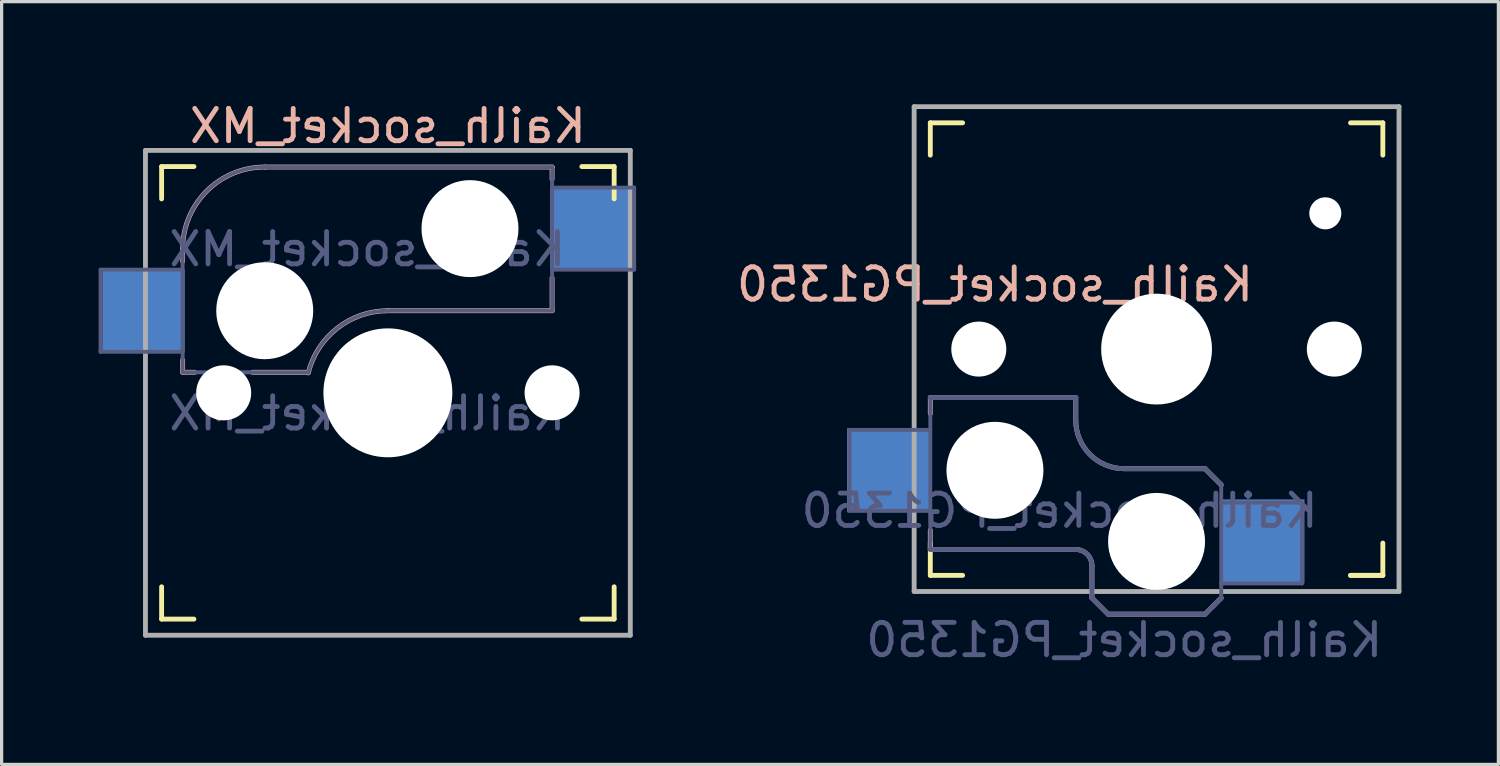
<source format=kicad_pcb>
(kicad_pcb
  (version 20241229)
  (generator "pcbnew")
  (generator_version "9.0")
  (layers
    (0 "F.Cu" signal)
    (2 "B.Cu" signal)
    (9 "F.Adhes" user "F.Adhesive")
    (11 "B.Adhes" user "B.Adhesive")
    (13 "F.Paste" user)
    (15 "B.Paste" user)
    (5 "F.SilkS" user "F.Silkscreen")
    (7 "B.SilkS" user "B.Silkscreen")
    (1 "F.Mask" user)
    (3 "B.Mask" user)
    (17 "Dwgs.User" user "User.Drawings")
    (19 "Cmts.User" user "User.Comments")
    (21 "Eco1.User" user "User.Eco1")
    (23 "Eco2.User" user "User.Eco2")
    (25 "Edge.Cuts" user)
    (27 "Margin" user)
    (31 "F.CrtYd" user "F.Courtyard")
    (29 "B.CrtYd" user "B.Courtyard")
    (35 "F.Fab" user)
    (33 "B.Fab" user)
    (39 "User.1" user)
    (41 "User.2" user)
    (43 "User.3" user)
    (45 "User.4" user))
  (footprint "Kailh_socket_MX"
    (layer "F.Cu")
    (at 1.45 1.603)
    (property "Reference" "Kailh_socket_MX" (at 7.5 -0.755 0) (layer "B.SilkS") (effects (font (size 1 1) (thickness 0.15)) (justify mirror)))
    (property "Value" "Kailh_socket_MX" (at 7.5 15.755 0) (layer "F.Fab") (hide yes) (effects (font (size 1 1) (thickness 0.15))))
    (attr smd)
    (fp_line (start 0.5 1.5) (end 0.5 0.5) (stroke (width 0.15) (type solid)) (layer "F.SilkS"))
    (fp_line (start 0.5 14.5) (end 0.5 13.5) (stroke (width 0.15) (type solid)) (layer "F.SilkS"))
    (fp_line (start 0.5 14.5) (end 1.5 14.5) (stroke (width 0.15) (type solid)) (layer "F.SilkS"))
    (fp_line (start 1.5 0.5) (end 0.5 0.5) (stroke (width 0.15) (type solid)) (layer "F.SilkS"))
    (fp_line (start 13.5 14.5) (end 14.5 14.5) (stroke (width 0.15) (type solid)) (layer "F.SilkS"))
    (fp_line (start 14.5 0.5) (end 13.5 0.5) (stroke (width 0.15) (type solid)) (layer "F.SilkS"))
    (fp_line (start 14.5 0.5) (end 14.5 1.5) (stroke (width 0.15) (type solid)) (layer "F.SilkS"))
    (fp_line (start 14.5 13.5) (end 14.5 14.5) (stroke (width 0.15) (type solid)) (layer "F.SilkS"))
    (fp_line (start 1.15 3.055) (end 1.15 3.436) (stroke (width 0.15) (type solid)) (layer "B.SilkS"))
    (fp_line (start 1.15 6.484) (end 1.15 6.865) (stroke (width 0.15) (type solid)) (layer "B.SilkS"))
    (fp_line (start 1.531 6.865) (end 1.15 6.865) (stroke (width 0.15) (type solid)) (layer "B.SilkS"))
    (fp_line (start 3.69 0.515) (end 12.58 0.515) (stroke (width 0.15) (type solid)) (layer "B.SilkS"))
    (fp_line (start 5.036 6.865) (end 3.309 6.865) (stroke (width 0.15) (type solid)) (layer "B.SilkS"))
    (fp_line (start 12.58 0.515) (end 12.58 0.896) (stroke (width 0.15) (type solid)) (layer "B.SilkS"))
    (fp_line (start 12.58 3.944) (end 12.58 4.96) (stroke (width 0.15) (type solid)) (layer "B.SilkS"))
    (fp_line (start 12.58 4.96) (end 7.5 4.96) (stroke (width 0.15) (type solid)) (layer "B.SilkS"))
    (fp_arc (start 1.15 3.055) (mid 1.893949 1.258949) (end 3.69 0.515) (stroke (width 0.15) (type solid)) (layer "B.SilkS"))
    (fp_arc (start 5.035838 6.88396) (mid 5.936853 5.497958) (end 7.5 4.96) (stroke (width 0.15) (type solid)) (layer "B.SilkS"))
    (fp_line (start 0.6 14.4) (end 0.6 0.6) (stroke (width 0.15) (type solid)) (layer "Eco2.User"))
    (fp_line (start 0.6 14.4) (end 14.4 14.4) (stroke (width 0.15) (type solid)) (layer "Eco2.User"))
    (fp_line (start 14.4 0.6) (end 0.6 0.6) (stroke (width 0.15) (type solid)) (layer "Eco2.User"))
    (fp_line (start 14.4 0.6) (end 14.4 14.4) (stroke (width 0.15) (type solid)) (layer "Eco2.User"))
    (fp_line (start -1.39 3.69) (end 1.15 3.69) (stroke (width 0.12) (type solid)) (layer "B.Fab"))
    (fp_line (start -1.39 6.23) (end -1.39 3.69) (stroke (width 0.12) (type solid)) (layer "B.Fab"))
    (fp_line (start 1.15 6.23) (end -1.39 6.23) (stroke (width 0.12) (type solid)) (layer "B.Fab"))
    (fp_line (start 1.15 6.865) (end 1.15 3.055) (stroke (width 0.12) (type solid)) (layer "B.Fab"))
    (fp_line (start 1.15 6.865) (end 4.96 6.865) (stroke (width 0.12) (type solid)) (layer "B.Fab"))
    (fp_line (start 3.69 0.515) (end 12.58 0.515) (stroke (width 0.12) (type solid)) (layer "B.Fab"))
    (fp_line (start 12.58 0.515) (end 12.58 4.96) (stroke (width 0.12) (type solid)) (layer "B.Fab"))
    (fp_line (start 12.58 1.15) (end 15.12 1.15) (stroke (width 0.12) (type solid)) (layer "B.Fab"))
    (fp_line (start 12.58 4.96) (end 7.5 4.96) (stroke (width 0.12) (type solid)) (layer "B.Fab"))
    (fp_line (start 15.12 1.15) (end 15.12 3.69) (stroke (width 0.12) (type solid)) (layer "B.Fab"))
    (fp_line (start 15.12 3.69) (end 12.58 3.69) (stroke (width 0.12) (type solid)) (layer "B.Fab"))
    (fp_arc (start 1.15 3.055) (mid 1.893949 1.258949) (end 3.69 0.515) (stroke (width 0.12) (type solid)) (layer "B.Fab"))
    (fp_arc (start 5.035838 6.88396) (mid 5.936853 5.497958) (end 7.5 4.96) (stroke (width 0.12) (type solid)) (layer "B.Fab"))
    (fp_line (start 0 0) (end 15 0) (stroke (width 0.15) (type solid)) (layer "F.Fab"))
    (fp_line (start 0 15) (end 0 0) (stroke (width 0.15) (type solid)) (layer "F.Fab"))
    (fp_line (start 15 0) (end 15 15) (stroke (width 0.15) (type solid)) (layer "F.Fab"))
    (fp_line (start 15 15) (end 0 15) (stroke (width 0.15) (type solid)) (layer "F.Fab"))
    (fp_text user "${VALUE}" (at 6.865 8.135 0) (layer "B.Fab") (effects (font (size 1 1) (thickness 0.15)) (justify mirror)))
    (fp_text user "${REFERENCE}" (at 6.865 3.055 0) (layer "B.Fab") (effects (font (size 1 1) (thickness 0.15)) (justify mirror)))
    (pad "" np_thru_hole circle (at 2.42 7.5) (size 1.702 1.702) (drill 1.702) (layers "*.Cu" "*.Mask"))
    (pad "" np_thru_hole circle (at 3.69 4.96) (size 3 3) (drill 3) (layers "*.Cu" "*.Mask"))
    (pad "" np_thru_hole circle (at 7.5 7.5) (size 3.988 3.988) (drill 3.988) (layers "*.Cu" "*.Mask"))
    (pad "" np_thru_hole circle (at 10.04 2.42) (size 3 3) (drill 3) (layers "*.Cu" "*.Mask"))
    (pad "" np_thru_hole circle (at 12.58 7.5) (size 1.702 1.702) (drill 1.702) (layers "*.Cu" "*.Mask"))
    (pad "1" smd rect (at 13.79 2.42) (size 2.55 2.5) (layers "B.Cu" "B.Mask" "B.Paste"))
    (pad "2" smd rect (at -0.06 4.96) (size 2.55 2.5) (layers "B.Cu" "B.Mask" "B.Paste")))
  (footprint "Kailh_socket_PG1350"
    (layer "F.Cu")
    (at 25.231 0.25)
    (property "Reference" "Kailh_socket_PG1350" (at 2.5 5.5 0) (layer "B.SilkS") (effects (font (size 1 1) (thickness 0.15)) (justify mirror)))
    (property "Value" "Kailh_socket_PG1350" (at 7.5 15.755 0) (layer "F.Fab") (hide yes) (effects (font (size 1 1) (thickness 0.15))))
    (attr smd)
    (fp_line (start 0.5 1.5) (end 0.5 0.5) (stroke (width 0.15) (type solid)) (layer "F.SilkS"))
    (fp_line (start 0.5 14.5) (end 0.5 13.5) (stroke (width 0.15) (type solid)) (layer "F.SilkS"))
    (fp_line (start 0.5 14.5) (end 1.5 14.5) (stroke (width 0.15) (type solid)) (layer "F.SilkS"))
    (fp_line (start 1.5 0.5) (end 0.5 0.5) (stroke (width 0.15) (type solid)) (layer "F.SilkS"))
    (fp_line (start 13.5 14.5) (end 14.5 14.5) (stroke (width 0.15) (type solid)) (layer "F.SilkS"))
    (fp_line (start 14.5 0.5) (end 13.5 0.5) (stroke (width 0.15) (type solid)) (layer "F.SilkS"))
    (fp_line (start 14.5 0.5) (end 14.5 1.5) (stroke (width 0.15) (type solid)) (layer "F.SilkS"))
    (fp_line (start 14.5 13.5) (end 14.5 14.5) (stroke (width 0.15) (type solid)) (layer "F.SilkS"))
    (fp_line (start 14.5 14.5) (end 13.5 14.5) (stroke (width 0.15) (type solid)) (layer "F.SilkS"))
    (fp_line (start 0.5 9) (end 0.5 9.5) (stroke (width 0.15) (type solid)) (layer "B.SilkS"))
    (fp_line (start 0.5 13.1) (end 0.5 13.7) (stroke (width 0.15) (type solid)) (layer "B.SilkS"))
    (fp_line (start 0.5 13.7) (end 5 13.7) (stroke (width 0.15) (type solid)) (layer "B.SilkS"))
    (fp_line (start 5 9) (end 0.5 9) (stroke (width 0.15) (type solid)) (layer "B.SilkS"))
    (fp_line (start 5 9.7) (end 5 9) (stroke (width 0.15) (type solid)) (layer "B.SilkS"))
    (fp_line (start 5.5 14.2) (end 5.5 15.2) (stroke (width 0.15) (type solid)) (layer "B.SilkS"))
    (fp_line (start 6 15.7) (end 5.5 15.2) (stroke (width 0.15) (type solid)) (layer "B.SilkS"))
    (fp_line (start 9 11.2) (end 6.5 11.2) (stroke (width 0.15) (type solid)) (layer "B.SilkS"))
    (fp_line (start 9 15.7) (end 6 15.7) (stroke (width 0.15) (type solid)) (layer "B.SilkS"))
    (fp_line (start 9.5 11.7) (end 9 11.2) (stroke (width 0.15) (type solid)) (layer "B.SilkS"))
    (fp_line (start 9.5 15.2) (end 9 15.7) (stroke (width 0.15) (type solid)) (layer "B.SilkS"))
    (fp_arc (start 5 13.7) (mid 5.353553 13.846447) (end 5.5 14.2) (stroke (width 0.15) (type solid)) (layer "B.SilkS"))
    (fp_arc (start 6.5 11.2) (mid 5.43934 10.76066) (end 5 9.7) (stroke (width 0.15) (type solid)) (layer "B.SilkS"))
    (fp_line (start 0.6 14.4) (end 0.6 0.6) (stroke (width 0.15) (type solid)) (layer "Eco2.User"))
    (fp_line (start 0.6 14.4) (end 14.4 14.4) (stroke (width 0.15) (type solid)) (layer "Eco2.User"))
    (fp_line (start 4.9 4.4) (end 4.9 1.2) (stroke (width 0.15) (type solid)) (layer "Eco2.User"))
    (fp_line (start 4.9 4.4) (end 10.1 4.4) (stroke (width 0.15) (type solid)) (layer "Eco2.User"))
    (fp_line (start 10.1 1.2) (end 4.9 1.2) (stroke (width 0.15) (type solid)) (layer "Eco2.User"))
    (fp_line (start 10.1 4.4) (end 10.1 1.2) (stroke (width 0.15) (type solid)) (layer "Eco2.User"))
    (fp_line (start 14.4 0.6) (end 0.6 0.6) (stroke (width 0.15) (type solid)) (layer "Eco2.User"))
    (fp_line (start 14.4 0.6) (end 14.4 14.4) (stroke (width 0.15) (type solid)) (layer "Eco2.User"))
    (fp_line (start -2 10) (end 0.5 10) (stroke (width 0.12) (type solid)) (layer "B.Fab"))
    (fp_line (start -2 12.5) (end -2 10) (stroke (width 0.12) (type solid)) (layer "B.Fab"))
    (fp_line (start 0.5 9) (end 0.5 13.7) (stroke (width 0.12) (type solid)) (layer "B.Fab"))
    (fp_line (start 0.5 12.5) (end -2 12.5) (stroke (width 0.12) (type solid)) (layer "B.Fab"))
    (fp_line (start 0.5 13.7) (end 5 13.7) (stroke (width 0.15) (type solid)) (layer "B.Fab"))
    (fp_line (start 5 9) (end 0.5 9) (stroke (width 0.15) (type solid)) (layer "B.Fab"))
    (fp_line (start 5 9.7) (end 5 9) (stroke (width 0.15) (type solid)) (layer "B.Fab"))
    (fp_line (start 5.5 14.2) (end 5.5 15.2) (stroke (width 0.15) (type solid)) (layer "B.Fab"))
    (fp_line (start 6 15.7) (end 5.5 15.2) (stroke (width 0.15) (type solid)) (layer "B.Fab"))
    (fp_line (start 9 11.2) (end 6.5 11.2) (stroke (width 0.15) (type solid)) (layer "B.Fab"))
    (fp_line (start 9 15.7) (end 6 15.7) (stroke (width 0.15) (type solid)) (layer "B.Fab"))
    (fp_line (start 9.5 11.7) (end 9 11.2) (stroke (width 0.15) (type solid)) (layer "B.Fab"))
    (fp_line (start 9.5 11.75) (end 9.5 15.2) (stroke (width 0.12) (type solid)) (layer "B.Fab"))
    (fp_line (start 9.5 12.25) (end 12 12.25) (stroke (width 0.12) (type solid)) (layer "B.Fab"))
    (fp_line (start 9.5 15.2) (end 9 15.7) (stroke (width 0.15) (type solid)) (layer "B.Fab"))
    (fp_line (start 12 12.25) (end 12 14.75) (stroke (width 0.12) (type solid)) (layer "B.Fab"))
    (fp_line (start 12 14.75) (end 9.5 14.75) (stroke (width 0.12) (type solid)) (layer "B.Fab"))
    (fp_arc (start 5 13.7) (mid 5.353553 13.846447) (end 5.5 14.2) (stroke (width 0.15) (type solid)) (layer "B.Fab"))
    (fp_arc (start 6.5 11.2) (mid 5.43934 10.76066) (end 5 9.7) (stroke (width 0.15) (type solid)) (layer "B.Fab"))
    (fp_line (start 0 0) (end 15 0) (stroke (width 0.15) (type solid)) (layer "F.Fab"))
    (fp_line (start 0 15) (end 0 0) (stroke (width 0.15) (type solid)) (layer "F.Fab"))
    (fp_line (start 15 0) (end 15 15) (stroke (width 0.15) (type solid)) (layer "F.Fab"))
    (fp_line (start 15 15) (end 0 15) (stroke (width 0.15) (type solid)) (layer "F.Fab"))
    (fp_text user "${REFERENCE}" (at 4.5 12.5 0) (layer "B.Fab") (effects (font (size 1 1) (thickness 0.15)) (justify mirror)))
    (fp_text user "${VALUE}" (at 6.5 16.5 0) (layer "B.Fab") (effects (font (size 1 1) (thickness 0.15)) (justify mirror)))
    (pad "" np_thru_hole circle (at 2 7.5) (size 1.702 1.702) (drill 1.702) (layers "*.Cu" "*.Mask"))
    (pad "" np_thru_hole circle (at 2.5 11.25) (size 3 3) (drill 3) (layers "*.Cu" "*.Mask"))
    (pad "" np_thru_hole circle (at 7.5 7.5) (size 3.429 3.429) (drill 3.429) (layers "*.Cu" "*.Mask"))
    (pad "" np_thru_hole circle (at 7.5 13.45) (size 3 3) (drill 3) (layers "*.Cu" "*.Mask"))
    (pad "" np_thru_hole circle (at 12.72 3.3) (size 0.991 0.991) (drill 0.991) (layers "*.Cu" "*.Mask"))
    (pad "" np_thru_hole circle (at 13 7.5) (size 1.702 1.702) (drill 1.702) (layers "*.Cu" "*.Mask"))
    (pad "1" smd rect (at 10.775 13.45) (size 2.6 2.6) (layers "B.Cu" "B.Mask" "B.Paste"))
    (pad "2" smd rect (at -0.775 11.25) (size 2.6 2.6) (layers "B.Cu" "B.Mask" "B.Paste")))
  (gr_rect
    (start -3 -3)
    (end 43.306 20.598)
    (stroke (width 0.1) (type default))
    (fill no)
    (layer "Edge.Cuts")))
</source>
